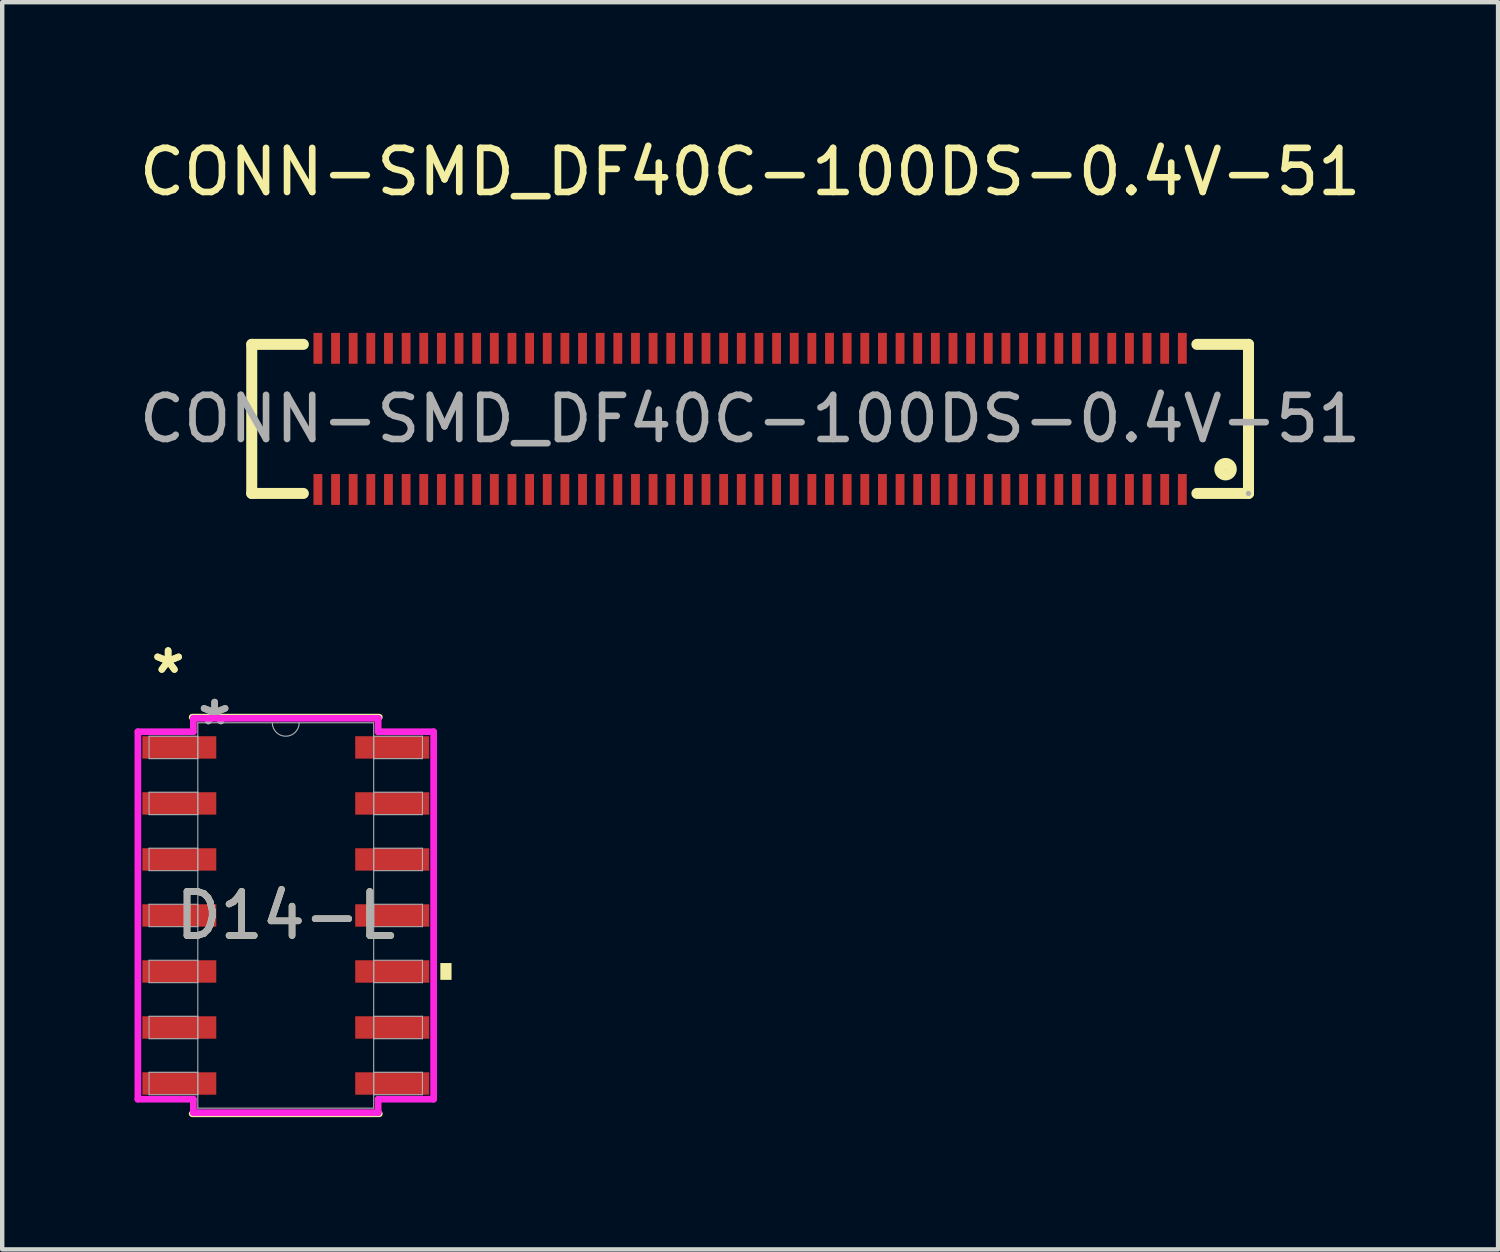
<source format=kicad_pcb>
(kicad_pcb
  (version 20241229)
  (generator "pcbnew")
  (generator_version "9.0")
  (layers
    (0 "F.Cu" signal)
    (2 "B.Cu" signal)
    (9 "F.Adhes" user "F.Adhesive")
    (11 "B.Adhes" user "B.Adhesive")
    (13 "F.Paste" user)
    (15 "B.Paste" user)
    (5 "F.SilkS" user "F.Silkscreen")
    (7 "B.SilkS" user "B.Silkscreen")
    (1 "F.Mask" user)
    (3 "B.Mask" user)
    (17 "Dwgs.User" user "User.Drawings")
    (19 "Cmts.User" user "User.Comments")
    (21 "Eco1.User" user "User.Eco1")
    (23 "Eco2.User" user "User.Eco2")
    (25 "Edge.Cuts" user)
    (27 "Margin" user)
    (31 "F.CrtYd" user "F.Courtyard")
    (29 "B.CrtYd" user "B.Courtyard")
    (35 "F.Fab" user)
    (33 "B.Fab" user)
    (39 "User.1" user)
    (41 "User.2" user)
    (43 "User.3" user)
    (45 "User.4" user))
  (footprint "CONN-SMD_DF40C-100DS-0.4V-51"
    (layer "F.Cu")
    (at 13.958 6.448)
    (property "Reference" "CONN-SMD_DF40C-100DS-0.4V-51" (at 0 -5.6 0) (layer "F.SilkS") (effects (font (size 1 1) (thickness 0.15))))
    (attr smd)
    (fp_line (start -11.3 -1.69) (end -11.3 1.69) (stroke (width 0.25) (type solid)) (layer "F.SilkS"))
    (fp_line (start -11.3 -1.69) (end -10.13 -1.69) (stroke (width 0.25) (type solid)) (layer "F.SilkS"))
    (fp_line (start -11.3 1.69) (end -10.13 1.69) (stroke (width 0.25) (type solid)) (layer "F.SilkS"))
    (fp_line (start 10.13 -1.69) (end 11.3 -1.69) (stroke (width 0.25) (type solid)) (layer "F.SilkS"))
    (fp_line (start 10.13 1.69) (end 11.3 1.69) (stroke (width 0.25) (type solid)) (layer "F.SilkS"))
    (fp_line (start 11.3 -1.69) (end 11.3 1.69) (stroke (width 0.25) (type solid)) (layer "F.SilkS"))
    (fp_circle (center 10.78 1.14) (end 10.91 1.14) (stroke (width 0.25) (type solid)) (fill no) (layer "F.SilkS"))
    (fp_circle (center 11.3 1.69) (end 11.33 1.69) (stroke (width 0.06) (type solid)) (fill no) (layer "F.Fab"))
    (fp_text user "${REFERENCE}" (at 0 0 0) (layer "F.Fab") (effects (font (size 1 1) (thickness 0.15))))
    (pad "1" smd rect (at 9.8 1.6) (size 0.2 0.7) (layers "F.Cu" "F.Mask" "F.Paste"))
    (pad "2" smd rect (at 9.4 1.6) (size 0.2 0.7) (layers "F.Cu" "F.Mask" "F.Paste"))
    (pad "3" smd rect (at 9 1.6) (size 0.2 0.7) (layers "F.Cu" "F.Mask" "F.Paste"))
    (pad "4" smd rect (at 8.6 1.6) (size 0.2 0.7) (layers "F.Cu" "F.Mask" "F.Paste"))
    (pad "5" smd rect (at 8.2 1.6) (size 0.2 0.7) (layers "F.Cu" "F.Mask" "F.Paste"))
    (pad "6" smd rect (at 7.8 1.6) (size 0.2 0.7) (layers "F.Cu" "F.Mask" "F.Paste"))
    (pad "7" smd rect (at 7.4 1.6) (size 0.2 0.7) (layers "F.Cu" "F.Mask" "F.Paste"))
    (pad "8" smd rect (at 7 1.6) (size 0.2 0.7) (layers "F.Cu" "F.Mask" "F.Paste"))
    (pad "9" smd rect (at 6.6 1.6) (size 0.2 0.7) (layers "F.Cu" "F.Mask" "F.Paste"))
    (pad "10" smd rect (at 6.2 1.6) (size 0.2 0.7) (layers "F.Cu" "F.Mask" "F.Paste"))
    (pad "11" smd rect (at 5.8 1.6) (size 0.2 0.7) (layers "F.Cu" "F.Mask" "F.Paste"))
    (pad "12" smd rect (at 5.4 1.6) (size 0.2 0.7) (layers "F.Cu" "F.Mask" "F.Paste"))
    (pad "13" smd rect (at 5 1.6) (size 0.2 0.7) (layers "F.Cu" "F.Mask" "F.Paste"))
    (pad "14" smd rect (at 4.6 1.6) (size 0.2 0.7) (layers "F.Cu" "F.Mask" "F.Paste"))
    (pad "15" smd rect (at 4.2 1.6) (size 0.2 0.7) (layers "F.Cu" "F.Mask" "F.Paste"))
    (pad "16" smd rect (at 3.8 1.6) (size 0.2 0.7) (layers "F.Cu" "F.Mask" "F.Paste"))
    (pad "17" smd rect (at 3.4 1.6) (size 0.2 0.7) (layers "F.Cu" "F.Mask" "F.Paste"))
    (pad "18" smd rect (at 3 1.6) (size 0.2 0.7) (layers "F.Cu" "F.Mask" "F.Paste"))
    (pad "19" smd rect (at 2.6 1.6) (size 0.2 0.7) (layers "F.Cu" "F.Mask" "F.Paste"))
    (pad "20" smd rect (at 2.2 1.6) (size 0.2 0.7) (layers "F.Cu" "F.Mask" "F.Paste"))
    (pad "21" smd rect (at 1.8 1.6) (size 0.2 0.7) (layers "F.Cu" "F.Mask" "F.Paste"))
    (pad "22" smd rect (at 1.4 1.6) (size 0.2 0.7) (layers "F.Cu" "F.Mask" "F.Paste"))
    (pad "23" smd rect (at 1 1.6) (size 0.2 0.7) (layers "F.Cu" "F.Mask" "F.Paste"))
    (pad "24" smd rect (at 0.6 1.6) (size 0.2 0.7) (layers "F.Cu" "F.Mask" "F.Paste"))
    (pad "25" smd rect (at 0.2 1.6) (size 0.2 0.7) (layers "F.Cu" "F.Mask" "F.Paste"))
    (pad "26" smd rect (at -0.2 1.6) (size 0.2 0.7) (layers "F.Cu" "F.Mask" "F.Paste"))
    (pad "27" smd rect (at -0.6 1.6) (size 0.2 0.7) (layers "F.Cu" "F.Mask" "F.Paste"))
    (pad "28" smd rect (at -1 1.6) (size 0.2 0.7) (layers "F.Cu" "F.Mask" "F.Paste"))
    (pad "29" smd rect (at -1.4 1.6) (size 0.2 0.7) (layers "F.Cu" "F.Mask" "F.Paste"))
    (pad "30" smd rect (at -1.8 1.6) (size 0.2 0.7) (layers "F.Cu" "F.Mask" "F.Paste"))
    (pad "31" smd rect (at -2.2 1.6) (size 0.2 0.7) (layers "F.Cu" "F.Mask" "F.Paste"))
    (pad "32" smd rect (at -2.6 1.6) (size 0.2 0.7) (layers "F.Cu" "F.Mask" "F.Paste"))
    (pad "33" smd rect (at -3 1.6) (size 0.2 0.7) (layers "F.Cu" "F.Mask" "F.Paste"))
    (pad "34" smd rect (at -3.4 1.6) (size 0.2 0.7) (layers "F.Cu" "F.Mask" "F.Paste"))
    (pad "35" smd rect (at -3.8 1.6) (size 0.2 0.7) (layers "F.Cu" "F.Mask" "F.Paste"))
    (pad "36" smd rect (at -4.2 1.6) (size 0.2 0.7) (layers "F.Cu" "F.Mask" "F.Paste"))
    (pad "37" smd rect (at -4.6 1.6) (size 0.2 0.7) (layers "F.Cu" "F.Mask" "F.Paste"))
    (pad "38" smd rect (at -5 1.6) (size 0.2 0.7) (layers "F.Cu" "F.Mask" "F.Paste"))
    (pad "39" smd rect (at -5.4 1.6) (size 0.2 0.7) (layers "F.Cu" "F.Mask" "F.Paste"))
    (pad "40" smd rect (at -5.8 1.6) (size 0.2 0.7) (layers "F.Cu" "F.Mask" "F.Paste"))
    (pad "41" smd rect (at -6.2 1.6) (size 0.2 0.7) (layers "F.Cu" "F.Mask" "F.Paste"))
    (pad "42" smd rect (at -6.6 1.6) (size 0.2 0.7) (layers "F.Cu" "F.Mask" "F.Paste"))
    (pad "43" smd rect (at -7 1.6) (size 0.2 0.7) (layers "F.Cu" "F.Mask" "F.Paste"))
    (pad "44" smd rect (at -7.4 1.6) (size 0.2 0.7) (layers "F.Cu" "F.Mask" "F.Paste"))
    (pad "45" smd rect (at -7.8 1.6) (size 0.2 0.7) (layers "F.Cu" "F.Mask" "F.Paste"))
    (pad "46" smd rect (at -8.2 1.6 180) (size 0.2 0.7) (layers "F.Cu" "F.Mask" "F.Paste"))
    (pad "47" smd rect (at -8.6 1.6 180) (size 0.2 0.7) (layers "F.Cu" "F.Mask" "F.Paste"))
    (pad "48" smd rect (at -9 1.6 180) (size 0.2 0.7) (layers "F.Cu" "F.Mask" "F.Paste"))
    (pad "49" smd rect (at -9.4 1.6 180) (size 0.2 0.7) (layers "F.Cu" "F.Mask" "F.Paste"))
    (pad "50" smd rect (at -9.8 1.6 180) (size 0.2 0.7) (layers "F.Cu" "F.Mask" "F.Paste"))
    (pad "51" smd rect (at -9.8 -1.6) (size 0.2 0.7) (layers "F.Cu" "F.Mask" "F.Paste"))
    (pad "52" smd rect (at -9.4 -1.6) (size 0.2 0.7) (layers "F.Cu" "F.Mask" "F.Paste"))
    (pad "53" smd rect (at -9 -1.6) (size 0.2 0.7) (layers "F.Cu" "F.Mask" "F.Paste"))
    (pad "54" smd rect (at -8.6 -1.6) (size 0.2 0.7) (layers "F.Cu" "F.Mask" "F.Paste"))
    (pad "55" smd rect (at -8.2 -1.6) (size 0.2 0.7) (layers "F.Cu" "F.Mask" "F.Paste"))
    (pad "56" smd rect (at -7.8 -1.6) (size 0.2 0.7) (layers "F.Cu" "F.Mask" "F.Paste"))
    (pad "57" smd rect (at -7.4 -1.6) (size 0.2 0.7) (layers "F.Cu" "F.Mask" "F.Paste"))
    (pad "58" smd rect (at -7 -1.6) (size 0.2 0.7) (layers "F.Cu" "F.Mask" "F.Paste"))
    (pad "59" smd rect (at -6.6 -1.6) (size 0.2 0.7) (layers "F.Cu" "F.Mask" "F.Paste"))
    (pad "60" smd rect (at -6.2 -1.6) (size 0.2 0.7) (layers "F.Cu" "F.Mask" "F.Paste"))
    (pad "61" smd rect (at -5.8 -1.6) (size 0.2 0.7) (layers "F.Cu" "F.Mask" "F.Paste"))
    (pad "62" smd rect (at -5.4 -1.6) (size 0.2 0.7) (layers "F.Cu" "F.Mask" "F.Paste"))
    (pad "63" smd rect (at -5 -1.6) (size 0.2 0.7) (layers "F.Cu" "F.Mask" "F.Paste"))
    (pad "64" smd rect (at -4.6 -1.6) (size 0.2 0.7) (layers "F.Cu" "F.Mask" "F.Paste"))
    (pad "65" smd rect (at -4.2 -1.6) (size 0.2 0.7) (layers "F.Cu" "F.Mask" "F.Paste"))
    (pad "66" smd rect (at -3.8 -1.6) (size 0.2 0.7) (layers "F.Cu" "F.Mask" "F.Paste"))
    (pad "67" smd rect (at -3.4 -1.6) (size 0.2 0.7) (layers "F.Cu" "F.Mask" "F.Paste"))
    (pad "68" smd rect (at -3 -1.6) (size 0.2 0.7) (layers "F.Cu" "F.Mask" "F.Paste"))
    (pad "69" smd rect (at -2.6 -1.6) (size 0.2 0.7) (layers "F.Cu" "F.Mask" "F.Paste"))
    (pad "70" smd rect (at -2.2 -1.6) (size 0.2 0.7) (layers "F.Cu" "F.Mask" "F.Paste"))
    (pad "71" smd rect (at -1.8 -1.6) (size 0.2 0.7) (layers "F.Cu" "F.Mask" "F.Paste"))
    (pad "72" smd rect (at -1.4 -1.6) (size 0.2 0.7) (layers "F.Cu" "F.Mask" "F.Paste"))
    (pad "73" smd rect (at -1 -1.6) (size 0.2 0.7) (layers "F.Cu" "F.Mask" "F.Paste"))
    (pad "74" smd rect (at -0.6 -1.6) (size 0.2 0.7) (layers "F.Cu" "F.Mask" "F.Paste"))
    (pad "75" smd rect (at -0.2 -1.6) (size 0.2 0.7) (layers "F.Cu" "F.Mask" "F.Paste"))
    (pad "76" smd rect (at 0.2 -1.6) (size 0.2 0.7) (layers "F.Cu" "F.Mask" "F.Paste"))
    (pad "77" smd rect (at 0.6 -1.6) (size 0.2 0.7) (layers "F.Cu" "F.Mask" "F.Paste"))
    (pad "78" smd rect (at 1 -1.6) (size 0.2 0.7) (layers "F.Cu" "F.Mask" "F.Paste"))
    (pad "79" smd rect (at 1.4 -1.6) (size 0.2 0.7) (layers "F.Cu" "F.Mask" "F.Paste"))
    (pad "80" smd rect (at 1.8 -1.6) (size 0.2 0.7) (layers "F.Cu" "F.Mask" "F.Paste"))
    (pad "81" smd rect (at 2.2 -1.6) (size 0.2 0.7) (layers "F.Cu" "F.Mask" "F.Paste"))
    (pad "82" smd rect (at 2.6 -1.6) (size 0.2 0.7) (layers "F.Cu" "F.Mask" "F.Paste"))
    (pad "83" smd rect (at 3 -1.6) (size 0.2 0.7) (layers "F.Cu" "F.Mask" "F.Paste"))
    (pad "84" smd rect (at 3.4 -1.6) (size 0.2 0.7) (layers "F.Cu" "F.Mask" "F.Paste"))
    (pad "85" smd rect (at 3.8 -1.6) (size 0.2 0.7) (layers "F.Cu" "F.Mask" "F.Paste"))
    (pad "86" smd rect (at 4.2 -1.6) (size 0.2 0.7) (layers "F.Cu" "F.Mask" "F.Paste"))
    (pad "87" smd rect (at 4.6 -1.6) (size 0.2 0.7) (layers "F.Cu" "F.Mask" "F.Paste"))
    (pad "88" smd rect (at 5 -1.6) (size 0.2 0.7) (layers "F.Cu" "F.Mask" "F.Paste"))
    (pad "89" smd rect (at 5.4 -1.6) (size 0.2 0.7) (layers "F.Cu" "F.Mask" "F.Paste"))
    (pad "90" smd rect (at 5.8 -1.6) (size 0.2 0.7) (layers "F.Cu" "F.Mask" "F.Paste"))
    (pad "91" smd rect (at 6.2 -1.6) (size 0.2 0.7) (layers "F.Cu" "F.Mask" "F.Paste"))
    (pad "92" smd rect (at 6.6 -1.6) (size 0.2 0.7) (layers "F.Cu" "F.Mask" "F.Paste"))
    (pad "93" smd rect (at 7 -1.6) (size 0.2 0.7) (layers "F.Cu" "F.Mask" "F.Paste"))
    (pad "94" smd rect (at 7.4 -1.6) (size 0.2 0.7) (layers "F.Cu" "F.Mask" "F.Paste"))
    (pad "95" smd rect (at 7.8 -1.6) (size 0.2 0.7) (layers "F.Cu" "F.Mask" "F.Paste"))
    (pad "96" smd rect (at 8.2 -1.6) (size 0.2 0.7) (layers "F.Cu" "F.Mask" "F.Paste"))
    (pad "97" smd rect (at 8.6 -1.6) (size 0.2 0.7) (layers "F.Cu" "F.Mask" "F.Paste"))
    (pad "98" smd rect (at 9 -1.6) (size 0.2 0.7) (layers "F.Cu" "F.Mask" "F.Paste"))
    (pad "99" smd rect (at 9.4 -1.6) (size 0.2 0.7) (layers "F.Cu" "F.Mask" "F.Paste"))
    (pad "100" smd rect (at 9.8 -1.6) (size 0.2 0.7) (layers "F.Cu" "F.Mask" "F.Paste")))
  (footprint "D14-L"
    (layer "F.Cu")
    (at 3.429 17.707)
    (property "Reference" "D14-L" (at 0 0 0) (unlocked yes) (layer "F.SilkS") (effects (font (size 1 1) (thickness 0.15))))
    (attr smd)
    (fp_line (start -2.121 4.496) (end 2.121 4.496) (stroke (width 0.152) (type solid)) (layer "F.SilkS"))
    (fp_line (start 2.121 -4.496) (end -2.121 -4.496) (stroke (width 0.152) (type solid)) (layer "F.SilkS"))
    (fp_poly (pts (xy 3.759 1.079) (xy 3.759 1.46) (xy 3.505 1.46) (xy 3.505 1.079)) (stroke (width 0) (type solid)) (fill yes) (layer "F.SilkS"))
    (fp_line (start -3.353 -4.166) (end -2.095 -4.166) (stroke (width 0.152) (type solid)) (layer "F.CrtYd"))
    (fp_line (start -3.353 4.166) (end -3.353 -4.166) (stroke (width 0.152) (type solid)) (layer "F.CrtYd"))
    (fp_line (start -3.353 4.166) (end -2.095 4.166) (stroke (width 0.152) (type solid)) (layer "F.CrtYd"))
    (fp_line (start -2.095 -4.47) (end 2.095 -4.47) (stroke (width 0.152) (type solid)) (layer "F.CrtYd"))
    (fp_line (start -2.095 -4.166) (end -2.095 -4.47) (stroke (width 0.152) (type solid)) (layer "F.CrtYd"))
    (fp_line (start -2.095 4.47) (end -2.095 4.166) (stroke (width 0.152) (type solid)) (layer "F.CrtYd"))
    (fp_line (start 2.095 -4.47) (end 2.095 -4.166) (stroke (width 0.152) (type solid)) (layer "F.CrtYd"))
    (fp_line (start 2.095 4.166) (end 2.095 4.47) (stroke (width 0.152) (type solid)) (layer "F.CrtYd"))
    (fp_line (start 2.095 4.47) (end -2.095 4.47) (stroke (width 0.152) (type solid)) (layer "F.CrtYd"))
    (fp_line (start 3.353 -4.166) (end 2.095 -4.166) (stroke (width 0.152) (type solid)) (layer "F.CrtYd"))
    (fp_line (start 3.353 -4.166) (end 3.353 4.166) (stroke (width 0.152) (type solid)) (layer "F.CrtYd"))
    (fp_line (start 3.353 4.166) (end 2.095 4.166) (stroke (width 0.152) (type solid)) (layer "F.CrtYd"))
    (fp_line (start -3.099 -4.064) (end -3.099 -3.556) (stroke (width 0.025) (type solid)) (layer "F.Fab"))
    (fp_line (start -3.099 -3.556) (end -1.994 -3.556) (stroke (width 0.025) (type solid)) (layer "F.Fab"))
    (fp_line (start -3.099 -2.794) (end -3.099 -2.286) (stroke (width 0.025) (type solid)) (layer "F.Fab"))
    (fp_line (start -3.099 -2.286) (end -1.994 -2.286) (stroke (width 0.025) (type solid)) (layer "F.Fab"))
    (fp_line (start -3.099 -1.524) (end -3.099 -1.016) (stroke (width 0.025) (type solid)) (layer "F.Fab"))
    (fp_line (start -3.099 -1.016) (end -1.994 -1.016) (stroke (width 0.025) (type solid)) (layer "F.Fab"))
    (fp_line (start -3.099 -0.254) (end -3.099 0.254) (stroke (width 0.025) (type solid)) (layer "F.Fab"))
    (fp_line (start -3.099 0.254) (end -1.994 0.254) (stroke (width 0.025) (type solid)) (layer "F.Fab"))
    (fp_line (start -3.099 1.016) (end -3.099 1.524) (stroke (width 0.025) (type solid)) (layer "F.Fab"))
    (fp_line (start -3.099 1.524) (end -1.994 1.524) (stroke (width 0.025) (type solid)) (layer "F.Fab"))
    (fp_line (start -3.099 2.286) (end -3.099 2.794) (stroke (width 0.025) (type solid)) (layer "F.Fab"))
    (fp_line (start -3.099 2.794) (end -1.994 2.794) (stroke (width 0.025) (type solid)) (layer "F.Fab"))
    (fp_line (start -3.099 3.556) (end -3.099 4.064) (stroke (width 0.025) (type solid)) (layer "F.Fab"))
    (fp_line (start -3.099 4.064) (end -1.994 4.064) (stroke (width 0.025) (type solid)) (layer "F.Fab"))
    (fp_line (start -1.994 -4.369) (end -1.994 4.369) (stroke (width 0.025) (type solid)) (layer "F.Fab"))
    (fp_line (start -1.994 -4.064) (end -3.099 -4.064) (stroke (width 0.025) (type solid)) (layer "F.Fab"))
    (fp_line (start -1.994 -3.556) (end -1.994 -4.064) (stroke (width 0.025) (type solid)) (layer "F.Fab"))
    (fp_line (start -1.994 -2.794) (end -3.099 -2.794) (stroke (width 0.025) (type solid)) (layer "F.Fab"))
    (fp_line (start -1.994 -2.286) (end -1.994 -2.794) (stroke (width 0.025) (type solid)) (layer "F.Fab"))
    (fp_line (start -1.994 -1.524) (end -3.099 -1.524) (stroke (width 0.025) (type solid)) (layer "F.Fab"))
    (fp_line (start -1.994 -1.016) (end -1.994 -1.524) (stroke (width 0.025) (type solid)) (layer "F.Fab"))
    (fp_line (start -1.994 -0.254) (end -3.099 -0.254) (stroke (width 0.025) (type solid)) (layer "F.Fab"))
    (fp_line (start -1.994 0.254) (end -1.994 -0.254) (stroke (width 0.025) (type solid)) (layer "F.Fab"))
    (fp_line (start -1.994 1.016) (end -3.099 1.016) (stroke (width 0.025) (type solid)) (layer "F.Fab"))
    (fp_line (start -1.994 1.524) (end -1.994 1.016) (stroke (width 0.025) (type solid)) (layer "F.Fab"))
    (fp_line (start -1.994 2.286) (end -3.099 2.286) (stroke (width 0.025) (type solid)) (layer "F.Fab"))
    (fp_line (start -1.994 2.794) (end -1.994 2.286) (stroke (width 0.025) (type solid)) (layer "F.Fab"))
    (fp_line (start -1.994 3.556) (end -3.099 3.556) (stroke (width 0.025) (type solid)) (layer "F.Fab"))
    (fp_line (start -1.994 4.064) (end -1.994 3.556) (stroke (width 0.025) (type solid)) (layer "F.Fab"))
    (fp_line (start -1.994 4.369) (end 1.994 4.369) (stroke (width 0.025) (type solid)) (layer "F.Fab"))
    (fp_line (start 1.994 -4.369) (end -1.994 -4.369) (stroke (width 0.025) (type solid)) (layer "F.Fab"))
    (fp_line (start 1.994 -4.064) (end 1.994 -3.556) (stroke (width 0.025) (type solid)) (layer "F.Fab"))
    (fp_line (start 1.994 -3.556) (end 3.099 -3.556) (stroke (width 0.025) (type solid)) (layer "F.Fab"))
    (fp_line (start 1.994 -2.794) (end 1.994 -2.286) (stroke (width 0.025) (type solid)) (layer "F.Fab"))
    (fp_line (start 1.994 -2.286) (end 3.099 -2.286) (stroke (width 0.025) (type solid)) (layer "F.Fab"))
    (fp_line (start 1.994 -1.524) (end 1.994 -1.016) (stroke (width 0.025) (type solid)) (layer "F.Fab"))
    (fp_line (start 1.994 -1.016) (end 3.099 -1.016) (stroke (width 0.025) (type solid)) (layer "F.Fab"))
    (fp_line (start 1.994 -0.254) (end 1.994 0.254) (stroke (width 0.025) (type solid)) (layer "F.Fab"))
    (fp_line (start 1.994 0.254) (end 3.099 0.254) (stroke (width 0.025) (type solid)) (layer "F.Fab"))
    (fp_line (start 1.994 1.016) (end 1.994 1.524) (stroke (width 0.025) (type solid)) (layer "F.Fab"))
    (fp_line (start 1.994 1.524) (end 3.099 1.524) (stroke (width 0.025) (type solid)) (layer "F.Fab"))
    (fp_line (start 1.994 2.286) (end 1.994 2.794) (stroke (width 0.025) (type solid)) (layer "F.Fab"))
    (fp_line (start 1.994 2.794) (end 3.099 2.794) (stroke (width 0.025) (type solid)) (layer "F.Fab"))
    (fp_line (start 1.994 3.556) (end 1.994 4.064) (stroke (width 0.025) (type solid)) (layer "F.Fab"))
    (fp_line (start 1.994 4.064) (end 3.099 4.064) (stroke (width 0.025) (type solid)) (layer "F.Fab"))
    (fp_line (start 1.994 4.369) (end 1.994 -4.369) (stroke (width 0.025) (type solid)) (layer "F.Fab"))
    (fp_line (start 3.099 -4.064) (end 1.994 -4.064) (stroke (width 0.025) (type solid)) (layer "F.Fab"))
    (fp_line (start 3.099 -3.556) (end 3.099 -4.064) (stroke (width 0.025) (type solid)) (layer "F.Fab"))
    (fp_line (start 3.099 -2.794) (end 1.994 -2.794) (stroke (width 0.025) (type solid)) (layer "F.Fab"))
    (fp_line (start 3.099 -2.286) (end 3.099 -2.794) (stroke (width 0.025) (type solid)) (layer "F.Fab"))
    (fp_line (start 3.099 -1.524) (end 1.994 -1.524) (stroke (width 0.025) (type solid)) (layer "F.Fab"))
    (fp_line (start 3.099 -1.016) (end 3.099 -1.524) (stroke (width 0.025) (type solid)) (layer "F.Fab"))
    (fp_line (start 3.099 -0.254) (end 1.994 -0.254) (stroke (width 0.025) (type solid)) (layer "F.Fab"))
    (fp_line (start 3.099 0.254) (end 3.099 -0.254) (stroke (width 0.025) (type solid)) (layer "F.Fab"))
    (fp_line (start 3.099 1.016) (end 1.994 1.016) (stroke (width 0.025) (type solid)) (layer "F.Fab"))
    (fp_line (start 3.099 1.524) (end 3.099 1.016) (stroke (width 0.025) (type solid)) (layer "F.Fab"))
    (fp_line (start 3.099 2.286) (end 1.994 2.286) (stroke (width 0.025) (type solid)) (layer "F.Fab"))
    (fp_line (start 3.099 2.794) (end 3.099 2.286) (stroke (width 0.025) (type solid)) (layer "F.Fab"))
    (fp_line (start 3.099 3.556) (end 1.994 3.556) (stroke (width 0.025) (type solid)) (layer "F.Fab"))
    (fp_line (start 3.099 4.064) (end 3.099 3.556) (stroke (width 0.025) (type solid)) (layer "F.Fab"))
    (fp_arc (start 0.3048 -4.3688) (mid 0 -4.064) (end -0.3048 -4.3688) (stroke (width 0.0254) (type solid)) (layer "F.Fab"))
    (fp_text user "*" (at -2.667 -5.461 0) (unlocked yes) (layer "F.SilkS") (effects (font (size 1 1) (thickness 0.15))))
    (fp_text user "*" (at -2.667 -5.461 0) (layer "F.SilkS") (effects (font (size 1 1) (thickness 0.15))))
    (fp_text user "*" (at -1.613 -4.293 0) (layer "F.Fab") (effects (font (size 1 1) (thickness 0.15))))
    (fp_text user "*" (at -1.613 -4.293 0) (unlocked yes) (layer "F.Fab") (effects (font (size 1 1) (thickness 0.15))))
    (fp_text user "${REFERENCE}" (at 0 0 0) (unlocked yes) (layer "F.Fab") (effects (font (size 1 1) (thickness 0.15))))
    (pad "1" smd rect (at -2.413 -3.81) (size 1.676 0.508) (layers "F.Cu" "F.Mask" "F.Paste"))
    (pad "2" smd rect (at -2.413 -2.54) (size 1.676 0.508) (layers "F.Cu" "F.Mask" "F.Paste"))
    (pad "3" smd rect (at -2.413 -1.27) (size 1.676 0.508) (layers "F.Cu" "F.Mask" "F.Paste"))
    (pad "4" smd rect (at -2.413 0) (size 1.676 0.508) (layers "F.Cu" "F.Mask" "F.Paste"))
    (pad "5" smd rect (at -2.413 1.27) (size 1.676 0.508) (layers "F.Cu" "F.Mask" "F.Paste"))
    (pad "6" smd rect (at -2.413 2.54) (size 1.676 0.508) (layers "F.Cu" "F.Mask" "F.Paste"))
    (pad "7" smd rect (at -2.413 3.81) (size 1.676 0.508) (layers "F.Cu" "F.Mask" "F.Paste"))
    (pad "8" smd rect (at 2.413 3.81) (size 1.676 0.508) (layers "F.Cu" "F.Mask" "F.Paste"))
    (pad "9" smd rect (at 2.413 2.54) (size 1.676 0.508) (layers "F.Cu" "F.Mask" "F.Paste"))
    (pad "10" smd rect (at 2.413 1.27) (size 1.676 0.508) (layers "F.Cu" "F.Mask" "F.Paste"))
    (pad "11" smd rect (at 2.413 0) (size 1.676 0.508) (layers "F.Cu" "F.Mask" "F.Paste"))
    (pad "12" smd rect (at 2.413 -1.27) (size 1.676 0.508) (layers "F.Cu" "F.Mask" "F.Paste"))
    (pad "13" smd rect (at 2.413 -2.54) (size 1.676 0.508) (layers "F.Cu" "F.Mask" "F.Paste"))
    (pad "14" smd rect (at 2.413 -3.81) (size 1.676 0.508) (layers "F.Cu" "F.Mask" "F.Paste")))
  (gr_rect
    (start -3 -3)
    (end 30.917 25.279)
    (stroke (width 0.1) (type default))
    (fill no)
    (layer "Edge.Cuts")))
</source>
